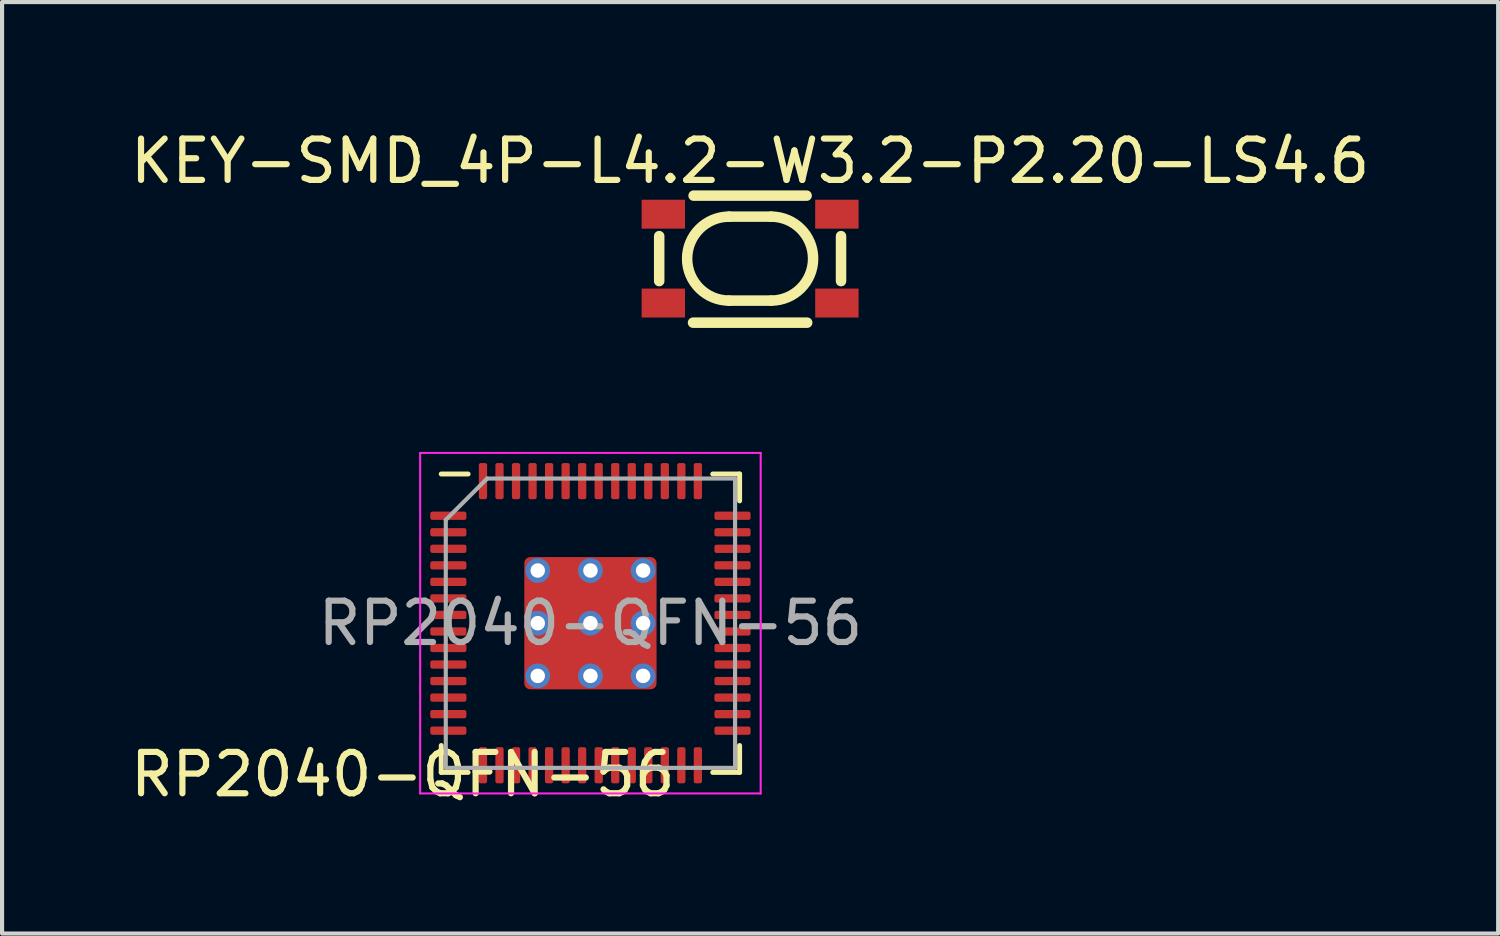
<source format=kicad_pcb>
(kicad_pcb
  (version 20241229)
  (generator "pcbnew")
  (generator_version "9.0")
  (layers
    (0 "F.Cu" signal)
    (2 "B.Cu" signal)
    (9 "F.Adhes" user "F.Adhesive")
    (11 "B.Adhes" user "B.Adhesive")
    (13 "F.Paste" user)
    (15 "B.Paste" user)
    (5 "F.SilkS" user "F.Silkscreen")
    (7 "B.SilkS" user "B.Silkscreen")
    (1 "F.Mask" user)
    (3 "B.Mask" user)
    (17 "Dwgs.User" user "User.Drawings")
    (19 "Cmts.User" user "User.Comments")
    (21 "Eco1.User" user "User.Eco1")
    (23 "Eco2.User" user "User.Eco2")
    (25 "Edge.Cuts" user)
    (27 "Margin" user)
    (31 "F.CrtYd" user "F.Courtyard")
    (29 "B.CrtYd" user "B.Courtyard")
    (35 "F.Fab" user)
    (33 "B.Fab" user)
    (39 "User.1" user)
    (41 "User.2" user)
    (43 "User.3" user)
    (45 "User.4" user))
  (footprint "RP2040-QFN-56"
    (layer "F.Cu")
    (at 11.237 12.03)
    (property "Reference" "RP2040-QFN-56" (at -4.54 3.66 0) (layer "F.SilkS") (effects (font (size 1 1) (thickness 0.15))))
    (attr smd)
    (fp_line (start -3.61 3.61) (end -3.61 2.96) (stroke (width 0.12) (type solid)) (layer "F.SilkS"))
    (fp_line (start -2.96 -3.61) (end -3.61 -3.61) (stroke (width 0.12) (type solid)) (layer "F.SilkS"))
    (fp_line (start -2.96 3.61) (end -3.61 3.61) (stroke (width 0.12) (type solid)) (layer "F.SilkS"))
    (fp_line (start 2.96 -3.61) (end 3.61 -3.61) (stroke (width 0.12) (type solid)) (layer "F.SilkS"))
    (fp_line (start 2.96 3.61) (end 3.61 3.61) (stroke (width 0.12) (type solid)) (layer "F.SilkS"))
    (fp_line (start 3.61 -3.61) (end 3.61 -2.96) (stroke (width 0.12) (type solid)) (layer "F.SilkS"))
    (fp_line (start 3.61 3.61) (end 3.61 2.96) (stroke (width 0.12) (type solid)) (layer "F.SilkS"))
    (fp_line (start -4.12 -4.12) (end -4.12 4.12) (stroke (width 0.05) (type solid)) (layer "F.CrtYd"))
    (fp_line (start -4.12 4.12) (end 4.12 4.12) (stroke (width 0.05) (type solid)) (layer "F.CrtYd"))
    (fp_line (start 4.12 -4.12) (end -4.12 -4.12) (stroke (width 0.05) (type solid)) (layer "F.CrtYd"))
    (fp_line (start 4.12 4.12) (end 4.12 -4.12) (stroke (width 0.05) (type solid)) (layer "F.CrtYd"))
    (fp_line (start -3.5 -2.5) (end -2.5 -3.5) (stroke (width 0.1) (type solid)) (layer "F.Fab"))
    (fp_line (start -3.5 3.5) (end -3.5 -2.5) (stroke (width 0.1) (type solid)) (layer "F.Fab"))
    (fp_line (start -2.5 -3.5) (end 3.5 -3.5) (stroke (width 0.1) (type solid)) (layer "F.Fab"))
    (fp_line (start 3.5 -3.5) (end 3.5 3.5) (stroke (width 0.1) (type solid)) (layer "F.Fab"))
    (fp_line (start 3.5 3.5) (end -3.5 3.5) (stroke (width 0.1) (type solid)) (layer "F.Fab"))
    (fp_text user "${REFERENCE}" (at 0 0 0) (layer "F.Fab") (effects (font (size 1 1) (thickness 0.15))))
    (pad "" smd roundrect (at -0.637 -0.637) (size 1.084 1.084) (layers "F.Paste") (roundrect_rratio 0.231))
    (pad "" smd roundrect (at -0.637 0.637) (size 1.084 1.084) (layers "F.Paste") (roundrect_rratio 0.231))
    (pad "" smd roundrect (at 0.637 -0.637) (size 1.084 1.084) (layers "F.Paste") (roundrect_rratio 0.231))
    (pad "" smd roundrect (at 0.637 0.637) (size 1.084 1.084) (layers "F.Paste") (roundrect_rratio 0.231))
    (pad "1" smd roundrect (at -3.438 -2.6) (size 0.875 0.2) (layers "F.Cu" "F.Mask" "F.Paste") (roundrect_rratio 0.25))
    (pad "2" smd roundrect (at -3.438 -2.2) (size 0.875 0.2) (layers "F.Cu" "F.Mask" "F.Paste") (roundrect_rratio 0.25))
    (pad "3" smd roundrect (at -3.438 -1.8) (size 0.875 0.2) (layers "F.Cu" "F.Mask" "F.Paste") (roundrect_rratio 0.25))
    (pad "4" smd roundrect (at -3.438 -1.4) (size 0.875 0.2) (layers "F.Cu" "F.Mask" "F.Paste") (roundrect_rratio 0.25))
    (pad "5" smd roundrect (at -3.438 -1) (size 0.875 0.2) (layers "F.Cu" "F.Mask" "F.Paste") (roundrect_rratio 0.25))
    (pad "6" smd roundrect (at -3.438 -0.6) (size 0.875 0.2) (layers "F.Cu" "F.Mask" "F.Paste") (roundrect_rratio 0.25))
    (pad "7" smd roundrect (at -3.438 -0.2) (size 0.875 0.2) (layers "F.Cu" "F.Mask" "F.Paste") (roundrect_rratio 0.25))
    (pad "8" smd roundrect (at -3.438 0.2) (size 0.875 0.2) (layers "F.Cu" "F.Mask" "F.Paste") (roundrect_rratio 0.25))
    (pad "9" smd roundrect (at -3.438 0.6) (size 0.875 0.2) (layers "F.Cu" "F.Mask" "F.Paste") (roundrect_rratio 0.25))
    (pad "10" smd roundrect (at -3.438 1) (size 0.875 0.2) (layers "F.Cu" "F.Mask" "F.Paste") (roundrect_rratio 0.25))
    (pad "11" smd roundrect (at -3.438 1.4) (size 0.875 0.2) (layers "F.Cu" "F.Mask" "F.Paste") (roundrect_rratio 0.25))
    (pad "12" smd roundrect (at -3.438 1.8) (size 0.875 0.2) (layers "F.Cu" "F.Mask" "F.Paste") (roundrect_rratio 0.25))
    (pad "13" smd roundrect (at -3.438 2.2) (size 0.875 0.2) (layers "F.Cu" "F.Mask" "F.Paste") (roundrect_rratio 0.25))
    (pad "14" smd roundrect (at -3.438 2.6) (size 0.875 0.2) (layers "F.Cu" "F.Mask" "F.Paste") (roundrect_rratio 0.25))
    (pad "15" smd roundrect (at -2.6 3.438) (size 0.2 0.875) (layers "F.Cu" "F.Mask" "F.Paste") (roundrect_rratio 0.25))
    (pad "16" smd roundrect (at -2.2 3.438) (size 0.2 0.875) (layers "F.Cu" "F.Mask" "F.Paste") (roundrect_rratio 0.25))
    (pad "17" smd roundrect (at -1.8 3.438) (size 0.2 0.875) (layers "F.Cu" "F.Mask" "F.Paste") (roundrect_rratio 0.25))
    (pad "18" smd roundrect (at -1.4 3.438) (size 0.2 0.875) (layers "F.Cu" "F.Mask" "F.Paste") (roundrect_rratio 0.25))
    (pad "19" smd roundrect (at -1 3.438) (size 0.2 0.875) (layers "F.Cu" "F.Mask" "F.Paste") (roundrect_rratio 0.25))
    (pad "20" smd roundrect (at -0.6 3.438) (size 0.2 0.875) (layers "F.Cu" "F.Mask" "F.Paste") (roundrect_rratio 0.25))
    (pad "21" smd roundrect (at -0.2 3.438) (size 0.2 0.875) (layers "F.Cu" "F.Mask" "F.Paste") (roundrect_rratio 0.25))
    (pad "22" smd roundrect (at 0.2 3.438) (size 0.2 0.875) (layers "F.Cu" "F.Mask" "F.Paste") (roundrect_rratio 0.25))
    (pad "23" smd roundrect (at 0.6 3.438) (size 0.2 0.875) (layers "F.Cu" "F.Mask" "F.Paste") (roundrect_rratio 0.25))
    (pad "24" smd roundrect (at 1 3.438) (size 0.2 0.875) (layers "F.Cu" "F.Mask" "F.Paste") (roundrect_rratio 0.25))
    (pad "25" smd roundrect (at 1.4 3.438) (size 0.2 0.875) (layers "F.Cu" "F.Mask" "F.Paste") (roundrect_rratio 0.25))
    (pad "26" smd roundrect (at 1.8 3.438) (size 0.2 0.875) (layers "F.Cu" "F.Mask" "F.Paste") (roundrect_rratio 0.25))
    (pad "27" smd roundrect (at 2.2 3.438) (size 0.2 0.875) (layers "F.Cu" "F.Mask" "F.Paste") (roundrect_rratio 0.25))
    (pad "28" smd roundrect (at 2.6 3.438) (size 0.2 0.875) (layers "F.Cu" "F.Mask" "F.Paste") (roundrect_rratio 0.25))
    (pad "29" smd roundrect (at 3.438 2.6) (size 0.875 0.2) (layers "F.Cu" "F.Mask" "F.Paste") (roundrect_rratio 0.25))
    (pad "30" smd roundrect (at 3.438 2.2) (size 0.875 0.2) (layers "F.Cu" "F.Mask" "F.Paste") (roundrect_rratio 0.25))
    (pad "31" smd roundrect (at 3.438 1.8) (size 0.875 0.2) (layers "F.Cu" "F.Mask" "F.Paste") (roundrect_rratio 0.25))
    (pad "32" smd roundrect (at 3.438 1.4) (size 0.875 0.2) (layers "F.Cu" "F.Mask" "F.Paste") (roundrect_rratio 0.25))
    (pad "33" smd roundrect (at 3.438 1) (size 0.875 0.2) (layers "F.Cu" "F.Mask" "F.Paste") (roundrect_rratio 0.25))
    (pad "34" smd roundrect (at 3.438 0.6) (size 0.875 0.2) (layers "F.Cu" "F.Mask" "F.Paste") (roundrect_rratio 0.25))
    (pad "35" smd roundrect (at 3.438 0.2) (size 0.875 0.2) (layers "F.Cu" "F.Mask" "F.Paste") (roundrect_rratio 0.25))
    (pad "36" smd roundrect (at 3.438 -0.2) (size 0.875 0.2) (layers "F.Cu" "F.Mask" "F.Paste") (roundrect_rratio 0.25))
    (pad "37" smd roundrect (at 3.438 -0.6) (size 0.875 0.2) (layers "F.Cu" "F.Mask" "F.Paste") (roundrect_rratio 0.25))
    (pad "38" smd roundrect (at 3.438 -1) (size 0.875 0.2) (layers "F.Cu" "F.Mask" "F.Paste") (roundrect_rratio 0.25))
    (pad "39" smd roundrect (at 3.438 -1.4) (size 0.875 0.2) (layers "F.Cu" "F.Mask" "F.Paste") (roundrect_rratio 0.25))
    (pad "40" smd roundrect (at 3.438 -1.8) (size 0.875 0.2) (layers "F.Cu" "F.Mask" "F.Paste") (roundrect_rratio 0.25))
    (pad "41" smd roundrect (at 3.438 -2.2) (size 0.875 0.2) (layers "F.Cu" "F.Mask" "F.Paste") (roundrect_rratio 0.25))
    (pad "42" smd roundrect (at 3.438 -2.6) (size 0.875 0.2) (layers "F.Cu" "F.Mask" "F.Paste") (roundrect_rratio 0.25))
    (pad "43" smd roundrect (at 2.6 -3.438) (size 0.2 0.875) (layers "F.Cu" "F.Mask" "F.Paste") (roundrect_rratio 0.25))
    (pad "44" smd roundrect (at 2.2 -3.438) (size 0.2 0.875) (layers "F.Cu" "F.Mask" "F.Paste") (roundrect_rratio 0.25))
    (pad "45" smd roundrect (at 1.8 -3.438) (size 0.2 0.875) (layers "F.Cu" "F.Mask" "F.Paste") (roundrect_rratio 0.25))
    (pad "46" smd roundrect (at 1.4 -3.438) (size 0.2 0.875) (layers "F.Cu" "F.Mask" "F.Paste") (roundrect_rratio 0.25))
    (pad "47" smd roundrect (at 1 -3.438) (size 0.2 0.875) (layers "F.Cu" "F.Mask" "F.Paste") (roundrect_rratio 0.25))
    (pad "48" smd roundrect (at 0.6 -3.438) (size 0.2 0.875) (layers "F.Cu" "F.Mask" "F.Paste") (roundrect_rratio 0.25))
    (pad "49" smd roundrect (at 0.2 -3.438) (size 0.2 0.875) (layers "F.Cu" "F.Mask" "F.Paste") (roundrect_rratio 0.25))
    (pad "50" smd roundrect (at -0.2 -3.438) (size 0.2 0.875) (layers "F.Cu" "F.Mask" "F.Paste") (roundrect_rratio 0.25))
    (pad "51" smd roundrect (at -0.6 -3.438) (size 0.2 0.875) (layers "F.Cu" "F.Mask" "F.Paste") (roundrect_rratio 0.25))
    (pad "52" smd roundrect (at -1 -3.438) (size 0.2 0.875) (layers "F.Cu" "F.Mask" "F.Paste") (roundrect_rratio 0.25))
    (pad "53" smd roundrect (at -1.4 -3.438) (size 0.2 0.875) (layers "F.Cu" "F.Mask" "F.Paste") (roundrect_rratio 0.25))
    (pad "54" smd roundrect (at -1.8 -3.438) (size 0.2 0.875) (layers "F.Cu" "F.Mask" "F.Paste") (roundrect_rratio 0.25))
    (pad "55" smd roundrect (at -2.2 -3.438) (size 0.2 0.875) (layers "F.Cu" "F.Mask" "F.Paste") (roundrect_rratio 0.25))
    (pad "56" smd roundrect (at -2.6 -3.438) (size 0.2 0.875) (layers "F.Cu" "F.Mask" "F.Paste") (roundrect_rratio 0.25))
    (pad "57" thru_hole circle (at -1.275 -1.275) (size 0.6 0.6) (drill 0.35) (layers "*.Cu"))
    (pad "57" thru_hole circle (at -1.275 0) (size 0.6 0.6) (drill 0.35) (layers "*.Cu"))
    (pad "57" thru_hole circle (at -1.275 1.275) (size 0.6 0.6) (drill 0.35) (layers "*.Cu"))
    (pad "57" thru_hole circle (at 0 -1.275) (size 0.6 0.6) (drill 0.35) (layers "*.Cu"))
    (pad "57" thru_hole circle (at 0 0) (size 0.6 0.6) (drill 0.35) (layers "*.Cu"))
    (pad "57" smd roundrect (at 0 0) (size 3.2 3.2) (layers "F.Cu" "F.Mask") (roundrect_rratio 0.045))
    (pad "57" thru_hole circle (at 0 1.275) (size 0.6 0.6) (drill 0.35) (layers "*.Cu"))
    (pad "57" thru_hole circle (at 1.275 -1.275) (size 0.6 0.6) (drill 0.35) (layers "*.Cu"))
    (pad "57" thru_hole circle (at 1.275 0) (size 0.6 0.6) (drill 0.35) (layers "*.Cu"))
    (pad "57" thru_hole circle (at 1.275 1.275) (size 0.6 0.6) (drill 0.35) (layers "*.Cu")))
  (footprint "KEY-SMD_4P-L4.2-W3.2-P2.20-LS4.6"
    (layer "F.Cu")
    (at 15.101 3.208)
    (property "Reference" "KEY-SMD_4P-L4.2-W3.2-P2.20-LS4.6" (at 0 -2.36 0) (unlocked yes) (layer "F.SilkS") (effects (font (size 1 1) (thickness 0.15))))
    (fp_line (start -2.2 -0.544) (end -2.2 0.544) (stroke (width 0.254) (type default)) (layer "F.SilkS"))
    (fp_line (start -1.381 1.55) (end 1.381 1.55) (stroke (width 0.254) (type default)) (layer "F.SilkS"))
    (fp_line (start -0.508 -1.016) (end 0.508 -1.016) (stroke (width 0.254) (type default)) (layer "F.SilkS"))
    (fp_line (start -0.508 1.016) (end 0.508 1.016) (stroke (width 0.254) (type default)) (layer "F.SilkS"))
    (fp_line (start 1.367 -1.524) (end -1.367 -1.524) (stroke (width 0.254) (type default)) (layer "F.SilkS"))
    (fp_line (start 2.2 -0.544) (end 2.2 0.544) (stroke (width 0.254) (type default)) (layer "F.SilkS"))
    (fp_arc (start -0.508 1.016) (mid -1.524 0) (end -0.508 -1.016) (stroke (width 0.254) (type default)) (layer "F.SilkS"))
    (fp_arc (start 0.508 -1.016) (mid 1.524 0) (end 0.508 1.016) (stroke (width 0.254) (type default)) (layer "F.SilkS"))
    (fp_line (start -2.1 -1.6) (end 2.1 -1.6) (stroke (width 0.051) (type default)) (layer "User.2"))
    (fp_line (start -2.1 1.6) (end -2.1 -1.6) (stroke (width 0.051) (type default)) (layer "User.2"))
    (fp_line (start 2.1 -1.6) (end 2.1 1.6) (stroke (width 0.051) (type default)) (layer "User.2"))
    (fp_line (start 2.1 1.6) (end -2.1 1.6) (stroke (width 0.051) (type default)) (layer "User.2"))
    (fp_poly (pts (xy -2.24 -1.6) (xy -2.258 -1.642) (xy -2.3 -1.66) (xy -2.342 -1.642) (xy -2.36 -1.6) (xy -2.342 -1.558) (xy -2.3 -1.54) (xy -2.258 -1.558)) (stroke (width 0.1) (type default)) (fill no) (layer "User.3"))
    (pad "1" smd rect (at -2.1 -1.075) (size 1.05 0.7) (layers "F.Cu" "F.Mask" "F.Paste"))
    (pad "1" smd rect (at 2.1 -1.075) (size 1.05 0.7) (layers "F.Cu" "F.Mask" "F.Paste"))
    (pad "2" smd rect (at -2.1 1.075) (size 1.05 0.7) (layers "F.Cu" "F.Mask" "F.Paste"))
    (pad "2" smd rect (at 2.1 1.075) (size 1.05 0.7) (layers "F.Cu" "F.Mask" "F.Paste")))
  (gr_rect
    (start -3 -3)
    (end 33.202 19.539)
    (stroke (width 0.1) (type default))
    (fill no)
    (layer "Edge.Cuts")))
</source>
